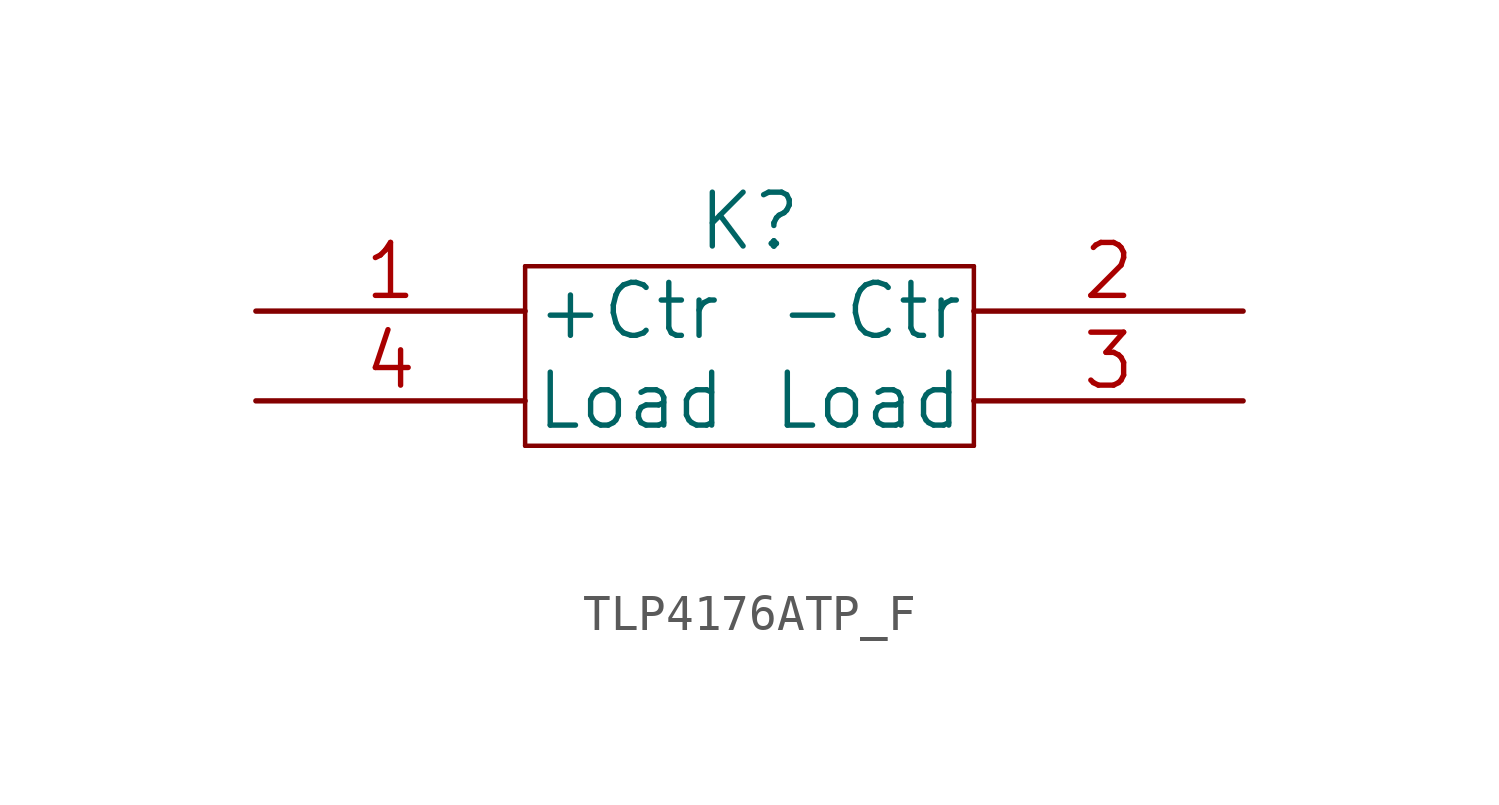
<source format=kicad_sym>
(kicad_symbol_lib
  (version 20211014)
  (generator kicad_symbol_editor)
  (symbol "TLP4176ATP_F"
    (pin_names
      (offset 0.254))
    (property "Reference" "K"
      (at 0 3.81 0)
      (effects (font (size 1.524 1.524))))
    (property "Datasheet" ""
      (at -13.97 -5.08 0)
      (effects (font (size 1.524 1.524))))
    (symbol "TLP4176ATP_F_1_1"
      (polyline (pts (xy -6.35 -2.54) (xy 6.35 -2.54)) (stroke (width 0.127) (type default) (color 0 0 0 0)) (fill (type none)))
      (polyline (pts (xy -6.35 2.54) (xy -6.35 -2.54)) (stroke (width 0.127) (type default) (color 0 0 0 0)) (fill (type none)))
      (polyline (pts (xy 6.35 -2.54) (xy 6.35 2.54)) (stroke (width 0.127) (type default) (color 0 0 0 0)) (fill (type none)))
      (polyline (pts (xy 6.35 2.54) (xy -6.35 2.54)) (stroke (width 0.127) (type default) (color 0 0 0 0)) (fill (type none)))
      (pin unspecified line (at -13.97 1.27 0) (length 7.62) (name "+Ctr" (effects (font (size 1.499 1.499)))) (number "1" (effects (font (size 1.499 1.499)))))
      (pin unspecified line (at 13.97 1.27 180) (length 7.62) (name "-Ctr" (effects (font (size 1.499 1.499)))) (number "2" (effects (font (size 1.499 1.499)))))
      (pin unspecified line (at 13.97 -1.27 180) (length 7.62) (name "Load" (effects (font (size 1.499 1.499)))) (number "3" (effects (font (size 1.499 1.499)))))
      (pin unspecified line (at -13.97 -1.27 0) (length 7.62) (name "Load" (effects (font (size 1.499 1.499)))) (number "4" (effects (font (size 1.499 1.499))))))))
</source>
